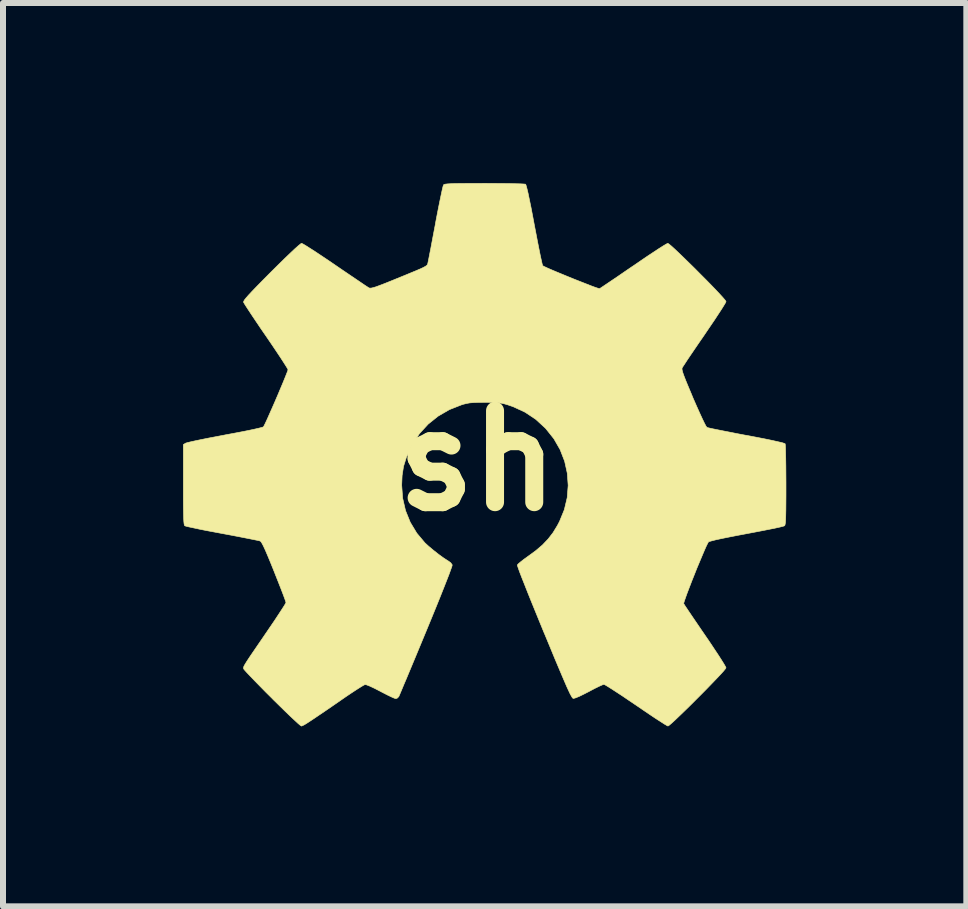
<source format=kicad_pcb>
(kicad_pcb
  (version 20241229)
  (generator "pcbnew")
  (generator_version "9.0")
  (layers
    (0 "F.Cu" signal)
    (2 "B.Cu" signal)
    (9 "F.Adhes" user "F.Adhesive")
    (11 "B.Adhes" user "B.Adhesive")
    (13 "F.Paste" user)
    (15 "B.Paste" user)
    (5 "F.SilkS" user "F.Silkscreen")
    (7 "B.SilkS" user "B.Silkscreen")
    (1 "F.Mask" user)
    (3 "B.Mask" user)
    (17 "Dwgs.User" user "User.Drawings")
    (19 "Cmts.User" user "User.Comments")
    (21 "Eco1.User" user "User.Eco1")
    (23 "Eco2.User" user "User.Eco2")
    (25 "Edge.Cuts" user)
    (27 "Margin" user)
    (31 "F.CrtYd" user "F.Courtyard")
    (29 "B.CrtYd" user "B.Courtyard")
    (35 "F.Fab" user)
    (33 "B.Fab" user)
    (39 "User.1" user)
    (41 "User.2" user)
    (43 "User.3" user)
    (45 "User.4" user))
  (footprint "oshw"
    (layer "F.Cu")
    (at 5.017 4.628)
    (property "Reference" "oshw" (at 0 0 0) (layer "F.SilkS") (effects (font (size 1.524 1.524) (thickness 0.3))))
    (attr through_hole)
    (fp_poly (pts (xy 0.153 -4.622) (xy 0.29 -4.621) (xy 0.413 -4.62) (xy 0.518 -4.617) (xy 0.602 -4.615) (xy 0.66 -4.612) (xy 0.689 -4.609) (xy 0.691 -4.608) (xy 0.699 -4.588) (xy 0.713 -4.537) (xy 0.732 -4.458) (xy 0.754 -4.351) (xy 0.781 -4.221) (xy 0.81 -4.069) (xy 0.836 -3.93) (xy 0.864 -3.785) (xy 0.89 -3.649) (xy 0.914 -3.528) (xy 0.935 -3.423) (xy 0.953 -3.341) (xy 0.966 -3.283) (xy 0.975 -3.253) (xy 0.976 -3.251) (xy 0.997 -3.239) (xy 1.044 -3.217) (xy 1.112 -3.187) (xy 1.197 -3.151) (xy 1.294 -3.111) (xy 1.398 -3.068) (xy 1.504 -3.025) (xy 1.608 -2.984) (xy 1.705 -2.946) (xy 1.789 -2.913) (xy 1.857 -2.888) (xy 1.903 -2.873) (xy 1.922 -2.868) (xy 1.922 -2.868) (xy 1.94 -2.879) (xy 1.982 -2.907) (xy 2.046 -2.95) (xy 2.129 -3.006) (xy 2.227 -3.072) (xy 2.337 -3.148) (xy 2.457 -3.23) (xy 2.486 -3.249) (xy 2.607 -3.332) (xy 2.72 -3.409) (xy 2.823 -3.477) (xy 2.911 -3.535) (xy 2.982 -3.58) (xy 3.032 -3.61) (xy 3.058 -3.623) (xy 3.06 -3.624) (xy 3.079 -3.612) (xy 3.119 -3.579) (xy 3.175 -3.528) (xy 3.245 -3.462) (xy 3.326 -3.384) (xy 3.415 -3.297) (xy 3.508 -3.206) (xy 3.602 -3.111) (xy 3.695 -3.018) (xy 3.782 -2.929) (xy 3.861 -2.847) (xy 3.928 -2.775) (xy 3.981 -2.717) (xy 4.016 -2.676) (xy 4.03 -2.654) (xy 4.03 -2.654) (xy 4.021 -2.633) (xy 3.994 -2.588) (xy 3.953 -2.522) (xy 3.898 -2.438) (xy 3.833 -2.339) (xy 3.758 -2.229) (xy 3.678 -2.111) (xy 3.673 -2.103) (xy 3.591 -1.984) (xy 3.515 -1.873) (xy 3.447 -1.773) (xy 3.389 -1.687) (xy 3.344 -1.618) (xy 3.313 -1.571) (xy 3.299 -1.548) (xy 3.299 -1.548) (xy 3.296 -1.532) (xy 3.3 -1.506) (xy 3.311 -1.466) (xy 3.331 -1.41) (xy 3.361 -1.333) (xy 3.402 -1.234) (xy 3.455 -1.108) (xy 3.482 -1.042) (xy 3.537 -0.917) (xy 3.587 -0.805) (xy 3.631 -0.709) (xy 3.667 -0.634) (xy 3.694 -0.582) (xy 3.711 -0.558) (xy 3.712 -0.557) (xy 3.735 -0.55) (xy 3.787 -0.538) (xy 3.865 -0.522) (xy 3.965 -0.502) (xy 4.083 -0.479) (xy 4.214 -0.453) (xy 4.356 -0.426) (xy 4.371 -0.424) (xy 4.534 -0.393) (xy 4.677 -0.365) (xy 4.798 -0.34) (xy 4.895 -0.318) (xy 4.965 -0.302) (xy 5.005 -0.289) (xy 5.015 -0.284) (xy 5.018 -0.263) (xy 5.021 -0.212) (xy 5.023 -0.134) (xy 5.025 -0.034) (xy 5.027 0.085) (xy 5.028 0.219) (xy 5.029 0.364) (xy 5.029 0.4) (xy 5.029 0.572) (xy 5.028 0.713) (xy 5.027 0.826) (xy 5.025 0.914) (xy 5.023 0.98) (xy 5.02 1.027) (xy 5.015 1.058) (xy 5.01 1.076) (xy 5.005 1.082) (xy 4.984 1.09) (xy 4.933 1.103) (xy 4.856 1.12) (xy 4.758 1.14) (xy 4.642 1.163) (xy 4.512 1.188) (xy 4.375 1.214) (xy 4.221 1.243) (xy 4.083 1.27) (xy 3.964 1.294) (xy 3.866 1.315) (xy 3.795 1.333) (xy 3.751 1.345) (xy 3.739 1.35) (xy 3.726 1.372) (xy 3.702 1.42) (xy 3.671 1.49) (xy 3.634 1.577) (xy 3.592 1.677) (xy 3.547 1.784) (xy 3.503 1.895) (xy 3.459 2.005) (xy 3.419 2.109) (xy 3.383 2.203) (xy 3.355 2.281) (xy 3.335 2.339) (xy 3.325 2.373) (xy 3.325 2.379) (xy 3.336 2.398) (xy 3.364 2.441) (xy 3.407 2.505) (xy 3.463 2.588) (xy 3.529 2.685) (xy 3.603 2.794) (xy 3.682 2.909) (xy 3.762 3.026) (xy 3.835 3.136) (xy 3.9 3.234) (xy 3.954 3.318) (xy 3.995 3.384) (xy 4.021 3.429) (xy 4.03 3.449) (xy 4.018 3.468) (xy 3.986 3.507) (xy 3.935 3.563) (xy 3.869 3.633) (xy 3.791 3.714) (xy 3.705 3.803) (xy 3.613 3.896) (xy 3.519 3.99) (xy 3.426 4.083) (xy 3.337 4.17) (xy 3.255 4.249) (xy 3.184 4.317) (xy 3.126 4.37) (xy 3.085 4.405) (xy 3.064 4.419) (xy 3.063 4.42) (xy 3.043 4.41) (xy 2.999 4.384) (xy 2.934 4.342) (xy 2.85 4.288) (xy 2.753 4.223) (xy 2.644 4.149) (xy 2.531 4.072) (xy 2.414 3.993) (xy 2.305 3.919) (xy 2.207 3.855) (xy 2.124 3.801) (xy 2.059 3.76) (xy 2.015 3.734) (xy 1.996 3.725) (xy 1.971 3.733) (xy 1.923 3.754) (xy 1.857 3.786) (xy 1.78 3.826) (xy 1.745 3.845) (xy 1.659 3.889) (xy 1.585 3.925) (xy 1.527 3.949) (xy 1.492 3.959) (xy 1.486 3.959) (xy 1.477 3.955) (xy 1.466 3.942) (xy 1.452 3.918) (xy 1.432 3.882) (xy 1.408 3.831) (xy 1.377 3.764) (xy 1.34 3.678) (xy 1.294 3.571) (xy 1.239 3.441) (xy 1.174 3.287) (xy 1.099 3.105) (xy 1.012 2.895) (xy 0.996 2.858) (xy 0.921 2.675) (xy 0.85 2.501) (xy 0.784 2.339) (xy 0.724 2.19) (xy 0.672 2.058) (xy 0.627 1.945) (xy 0.592 1.854) (xy 0.568 1.787) (xy 0.555 1.747) (xy 0.553 1.736) (xy 0.57 1.716) (xy 0.609 1.683) (xy 0.664 1.64) (xy 0.717 1.602) (xy 0.858 1.499) (xy 0.973 1.401) (xy 1.067 1.302) (xy 1.148 1.197) (xy 1.221 1.077) (xy 1.256 1.01) (xy 1.336 0.815) (xy 1.384 0.614) (xy 1.4 0.41) (xy 1.385 0.206) (xy 1.341 0.007) (xy 1.266 -0.186) (xy 1.162 -0.367) (xy 1.029 -0.534) (xy 1.019 -0.545) (xy 0.86 -0.691) (xy 0.683 -0.809) (xy 0.485 -0.901) (xy 0.389 -0.934) (xy 0.333 -0.95) (xy 0.281 -0.961) (xy 0.223 -0.968) (xy 0.152 -0.972) (xy 0.059 -0.974) (xy 0.008 -0.974) (xy -0.097 -0.973) (xy -0.177 -0.97) (xy -0.24 -0.965) (xy -0.294 -0.955) (xy -0.347 -0.942) (xy -0.373 -0.934) (xy -0.579 -0.853) (xy -0.767 -0.744) (xy -0.933 -0.611) (xy -1.077 -0.454) (xy -1.196 -0.274) (xy -1.229 -0.212) (xy -1.297 -0.055) (xy -1.343 0.092) (xy -1.367 0.245) (xy -1.374 0.406) (xy -1.358 0.623) (xy -1.31 0.83) (xy -1.231 1.025) (xy -1.122 1.206) (xy -0.987 1.367) (xy -0.926 1.423) (xy -0.847 1.489) (xy -0.761 1.557) (xy -0.677 1.618) (xy -0.605 1.665) (xy -0.596 1.67) (xy -0.557 1.699) (xy -0.534 1.731) (xy -0.532 1.735) (xy -0.537 1.758) (xy -0.555 1.809) (xy -0.584 1.889) (xy -0.625 1.994) (xy -0.676 2.124) (xy -0.737 2.277) (xy -0.807 2.45) (xy -0.886 2.643) (xy -0.964 2.832) (xy -1.039 3.013) (xy -1.11 3.184) (xy -1.177 3.345) (xy -1.238 3.491) (xy -1.292 3.621) (xy -1.339 3.731) (xy -1.376 3.82) (xy -1.403 3.884) (xy -1.419 3.921) (xy -1.422 3.929) (xy -1.45 3.956) (xy -1.473 3.962) (xy -1.498 3.955) (xy -1.548 3.933) (xy -1.614 3.901) (xy -1.692 3.861) (xy -1.728 3.842) (xy -1.827 3.791) (xy -1.906 3.754) (xy -1.96 3.733) (xy -1.987 3.729) (xy -2.011 3.741) (xy -2.058 3.769) (xy -2.124 3.811) (xy -2.205 3.864) (xy -2.296 3.925) (xy -2.354 3.965) (xy -2.51 4.073) (xy -2.641 4.163) (xy -2.749 4.236) (xy -2.836 4.295) (xy -2.904 4.34) (xy -2.956 4.374) (xy -2.994 4.397) (xy -3.021 4.411) (xy -3.038 4.418) (xy -3.045 4.42) (xy -3.063 4.408) (xy -3.102 4.375) (xy -3.158 4.323) (xy -3.231 4.255) (xy -3.316 4.173) (xy -3.411 4.08) (xy -3.514 3.979) (xy -3.534 3.958) (xy -3.638 3.855) (xy -3.733 3.758) (xy -3.819 3.67) (xy -3.891 3.595) (xy -3.948 3.535) (xy -3.987 3.492) (xy -4.005 3.47) (xy -4.006 3.468) (xy -4.009 3.458) (xy -4.01 3.448) (xy -4.007 3.435) (xy -3.999 3.416) (xy -3.984 3.389) (xy -3.96 3.35) (xy -3.926 3.298) (xy -3.88 3.229) (xy -3.819 3.14) (xy -3.743 3.029) (xy -3.65 2.893) (xy -3.642 2.881) (xy -3.563 2.765) (xy -3.49 2.658) (xy -3.427 2.562) (xy -3.374 2.481) (xy -3.334 2.419) (xy -3.309 2.377) (xy -3.302 2.362) (xy -3.308 2.34) (xy -3.325 2.292) (xy -3.352 2.219) (xy -3.387 2.128) (xy -3.429 2.021) (xy -3.476 1.903) (xy -3.499 1.844) (xy -3.558 1.698) (xy -3.607 1.58) (xy -3.646 1.489) (xy -3.677 1.422) (xy -3.701 1.376) (xy -3.719 1.348) (xy -3.732 1.337) (xy -3.756 1.33) (xy -3.81 1.319) (xy -3.889 1.303) (xy -3.99 1.283) (xy -4.107 1.26) (xy -4.238 1.235) (xy -4.367 1.211) (xy -4.506 1.185) (xy -4.634 1.161) (xy -4.749 1.138) (xy -4.846 1.117) (xy -4.921 1.101) (xy -4.97 1.089) (xy -4.989 1.082) (xy -4.995 1.071) (xy -5 1.048) (xy -5.004 1.011) (xy -5.007 0.955) (xy -5.009 0.879) (xy -5.011 0.778) (xy -5.012 0.652) (xy -5.012 0.496) (xy -5.012 0.396) (xy -5.012 -0.27) (xy -4.974 -0.294) (xy -4.949 -0.302) (xy -4.895 -0.315) (xy -4.815 -0.333) (xy -4.714 -0.354) (xy -4.595 -0.378) (xy -4.463 -0.403) (xy -4.322 -0.43) (xy -4.318 -0.431) (xy -4.177 -0.457) (xy -4.046 -0.482) (xy -3.93 -0.505) (xy -3.831 -0.526) (xy -3.753 -0.544) (xy -3.701 -0.557) (xy -3.679 -0.565) (xy -3.679 -0.565) (xy -3.666 -0.586) (xy -3.643 -0.633) (xy -3.611 -0.702) (xy -3.573 -0.788) (xy -3.53 -0.885) (xy -3.484 -0.99) (xy -3.438 -1.097) (xy -3.394 -1.202) (xy -3.353 -1.299) (xy -3.318 -1.385) (xy -3.291 -1.453) (xy -3.273 -1.499) (xy -3.268 -1.519) (xy -3.277 -1.538) (xy -3.304 -1.582) (xy -3.346 -1.648) (xy -3.4 -1.731) (xy -3.466 -1.83) (xy -3.54 -1.94) (xy -3.621 -2.059) (xy -3.634 -2.078) (xy -3.717 -2.198) (xy -3.793 -2.311) (xy -3.861 -2.412) (xy -3.919 -2.5) (xy -3.964 -2.569) (xy -3.995 -2.618) (xy -4.009 -2.643) (xy -4.009 -2.644) (xy -4.006 -2.658) (xy -3.993 -2.681) (xy -3.966 -2.715) (xy -3.924 -2.763) (xy -3.865 -2.826) (xy -3.788 -2.906) (xy -3.69 -3.006) (xy -3.57 -3.127) (xy -3.546 -3.151) (xy -3.426 -3.27) (xy -3.319 -3.375) (xy -3.226 -3.464) (xy -3.151 -3.535) (xy -3.093 -3.586) (xy -3.056 -3.616) (xy -3.042 -3.624) (xy -3.021 -3.614) (xy -2.976 -3.588) (xy -2.91 -3.546) (xy -2.825 -3.492) (xy -2.726 -3.426) (xy -2.615 -3.352) (xy -2.496 -3.271) (xy -2.483 -3.262) (xy -2.363 -3.18) (xy -2.251 -3.104) (xy -2.149 -3.035) (xy -2.062 -2.976) (xy -1.993 -2.929) (xy -1.944 -2.897) (xy -1.92 -2.882) (xy -1.919 -2.881) (xy -1.904 -2.877) (xy -1.882 -2.878) (xy -1.85 -2.885) (xy -1.803 -2.899) (xy -1.738 -2.923) (xy -1.652 -2.956) (xy -1.54 -3.001) (xy -1.462 -3.033) (xy -1.322 -3.09) (xy -1.211 -3.136) (xy -1.124 -3.172) (xy -1.059 -3.2) (xy -1.012 -3.222) (xy -0.981 -3.239) (xy -0.961 -3.252) (xy -0.949 -3.264) (xy -0.943 -3.276) (xy -0.94 -3.284) (xy -0.935 -3.308) (xy -0.924 -3.361) (xy -0.909 -3.439) (xy -0.889 -3.54) (xy -0.867 -3.658) (xy -0.842 -3.79) (xy -0.815 -3.931) (xy -0.813 -3.946) (xy -0.786 -4.088) (xy -0.76 -4.221) (xy -0.736 -4.339) (xy -0.715 -4.44) (xy -0.698 -4.519) (xy -0.685 -4.573) (xy -0.676 -4.598) (xy -0.676 -4.599) (xy -0.666 -4.605) (xy -0.645 -4.61) (xy -0.61 -4.614) (xy -0.558 -4.617) (xy -0.486 -4.62) (xy -0.392 -4.621) (xy -0.271 -4.622) (xy -0.122 -4.622) (xy 0.006 -4.623) (xy 0.153 -4.622)) (stroke (width 0.01) (type solid)) (fill yes) (layer "F.SilkS")))
  (gr_rect
    (start -3 -3)
    (end 13.051 12.052)
    (stroke (width 0.1) (type default))
    (fill no)
    (layer "Edge.Cuts")))
</source>
